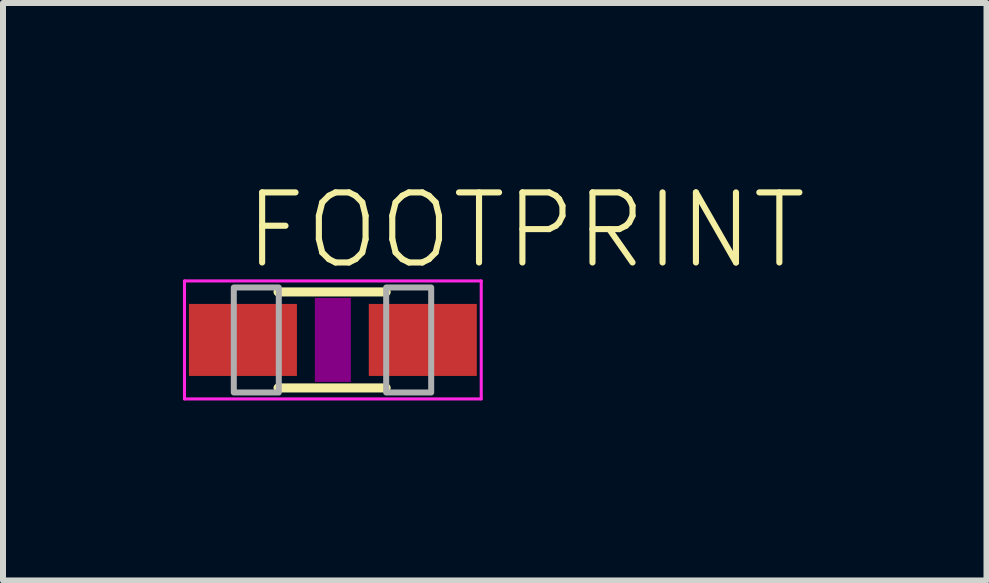
<source format=kicad_pcb>
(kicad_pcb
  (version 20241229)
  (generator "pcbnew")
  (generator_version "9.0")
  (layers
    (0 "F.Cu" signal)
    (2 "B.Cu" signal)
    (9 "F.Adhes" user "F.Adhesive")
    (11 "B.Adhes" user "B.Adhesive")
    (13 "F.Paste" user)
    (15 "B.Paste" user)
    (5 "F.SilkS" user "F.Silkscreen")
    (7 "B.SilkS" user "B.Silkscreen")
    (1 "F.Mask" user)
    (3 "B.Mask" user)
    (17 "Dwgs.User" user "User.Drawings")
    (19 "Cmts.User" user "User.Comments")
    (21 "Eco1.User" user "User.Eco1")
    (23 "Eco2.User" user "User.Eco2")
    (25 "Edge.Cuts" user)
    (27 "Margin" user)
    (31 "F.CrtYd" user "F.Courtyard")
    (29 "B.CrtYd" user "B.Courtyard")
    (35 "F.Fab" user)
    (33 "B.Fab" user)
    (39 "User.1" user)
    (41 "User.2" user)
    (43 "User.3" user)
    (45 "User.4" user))
  (footprint "FOOTPRINT"
    (layer "F.Cu")
    (at 2.498 2.616)
    (property "Reference" "FOOTPRINT" (at -1.524 -1.143 0) (layer "F.SilkS") (effects (font (size 1.168 1.168) (thickness 0.102)) (justify left bottom)))
    (fp_line (start -0.913 -0.8) (end 0.888 -0.8) (stroke (width 0.152) (type solid)) (layer "F.SilkS"))
    (fp_line (start -0.913 0.8) (end 0.888 0.8) (stroke (width 0.152) (type solid)) (layer "F.SilkS"))
    (fp_poly (pts (xy -0.3 0.7) (xy 0.3 0.7) (xy 0.3 -0.7) (xy -0.3 -0.7)) (stroke (width 0) (type solid)) (fill yes) (layer "F.Adhes"))
    (fp_line (start -2.473 -0.983) (end 2.473 -0.983) (stroke (width 0.051) (type solid)) (layer "F.CrtYd"))
    (fp_line (start -2.473 0.983) (end -2.473 -0.983) (stroke (width 0.051) (type solid)) (layer "F.CrtYd"))
    (fp_line (start 2.473 -0.983) (end 2.473 0.983) (stroke (width 0.051) (type solid)) (layer "F.CrtYd"))
    (fp_line (start 2.473 0.983) (end -2.473 0.983) (stroke (width 0.051) (type solid)) (layer "F.CrtYd"))
    (fp_poly (pts (xy -1.651 0.876) (xy -0.901 0.876) (xy -0.901 -0.874) (xy -1.651 -0.874)) (stroke (width 0.1) (type solid)) (fill no) (layer "F.Fab"))
    (fp_poly (pts (xy 0.889 0.876) (xy 1.639 0.876) (xy 1.639 -0.874) (xy 0.889 -0.874)) (stroke (width 0.1) (type solid)) (fill no) (layer "F.Fab"))
    (pad "1" smd rect (at -1.499 0) (size 1.8 1.2) (layers "F.Cu" "F.Mask" "F.Paste"))
    (pad "2" smd rect (at 1.499 0) (size 1.8 1.2) (layers "F.Cu" "F.Mask" "F.Paste")))
  (gr_rect
    (start -3 -3)
    (end 13.393 6.625)
    (stroke (width 0.1) (type default))
    (fill no)
    (layer "Edge.Cuts")))
</source>
